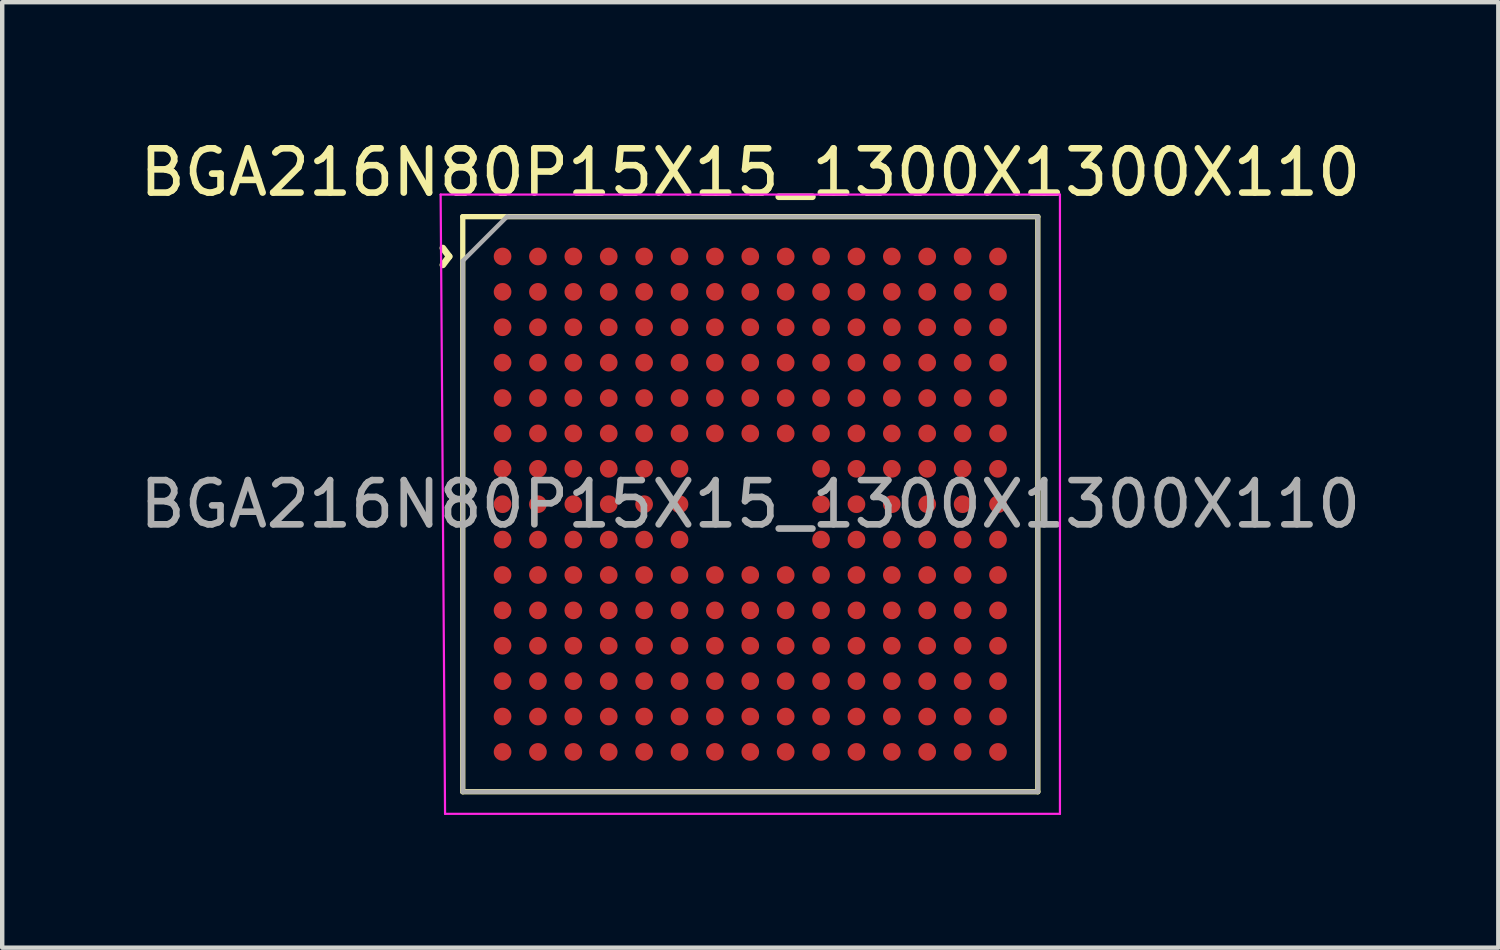
<source format=kicad_pcb>
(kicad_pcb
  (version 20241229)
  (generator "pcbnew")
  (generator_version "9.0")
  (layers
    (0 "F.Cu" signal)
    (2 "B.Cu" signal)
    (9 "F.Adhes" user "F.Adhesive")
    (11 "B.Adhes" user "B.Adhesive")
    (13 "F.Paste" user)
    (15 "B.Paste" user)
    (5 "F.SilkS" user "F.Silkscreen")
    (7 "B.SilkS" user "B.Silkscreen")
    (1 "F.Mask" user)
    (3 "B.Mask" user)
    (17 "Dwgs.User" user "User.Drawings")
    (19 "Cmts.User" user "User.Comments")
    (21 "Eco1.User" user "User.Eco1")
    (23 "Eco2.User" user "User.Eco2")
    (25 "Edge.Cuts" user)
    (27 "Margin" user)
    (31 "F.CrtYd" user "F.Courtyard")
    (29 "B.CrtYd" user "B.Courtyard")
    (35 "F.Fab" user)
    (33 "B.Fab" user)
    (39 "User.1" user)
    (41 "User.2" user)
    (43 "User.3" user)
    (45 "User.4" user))
  (footprint "BGA216N80P15X15_1300X1300X110"
    (layer "F.Cu")
    (at 13.911 8.348)
    (property "Reference" "BGA216N80P15X15_1300X1300X110" (at 0 -7.5 0) (layer "F.SilkS") (effects (font (size 1 1) (thickness 0.15))))
    (attr smd)
    (fp_line (start -6.5 -6.5) (end 6.5 -6.5) (stroke (width 0.12) (type solid)) (layer "F.SilkS"))
    (fp_line (start -6.5 6.5) (end -6.5 -6.5) (stroke (width 0.12) (type solid)) (layer "F.SilkS"))
    (fp_line (start 6.5 -6.5) (end 6.5 6.5) (stroke (width 0.12) (type solid)) (layer "F.SilkS"))
    (fp_line (start 6.5 6.5) (end -6.5 6.5) (stroke (width 0.12) (type solid)) (layer "F.SilkS"))
    (fp_line (start -7 -7) (end -6.9 7) (stroke (width 0.05) (type solid)) (layer "F.CrtYd"))
    (fp_line (start -6.9 7) (end 7 7) (stroke (width 0.05) (type solid)) (layer "F.CrtYd"))
    (fp_line (start 7 -7) (end -7 -7) (stroke (width 0.05) (type solid)) (layer "F.CrtYd"))
    (fp_line (start 7 7) (end 7 -7) (stroke (width 0.05) (type solid)) (layer "F.CrtYd"))
    (fp_line (start -6.5 -5.5) (end -5.5 -6.5) (stroke (width 0.1) (type solid)) (layer "F.Fab"))
    (fp_line (start -6.5 6.5) (end -6.5 -5.5) (stroke (width 0.1) (type solid)) (layer "F.Fab"))
    (fp_line (start -5.5 -6.5) (end 6.5 -6.5) (stroke (width 0.1) (type solid)) (layer "F.Fab"))
    (fp_line (start 6.5 -6.5) (end 6.5 6.5) (stroke (width 0.1) (type solid)) (layer "F.Fab"))
    (fp_line (start 6.5 6.5) (end -6.5 6.5) (stroke (width 0.1) (type solid)) (layer "F.Fab"))
    (fp_text user "^" (at -7.4 -5.6 270) (unlocked yes) (layer "F.SilkS") (effects (font (size 1 1) (thickness 0.15))))
    (fp_text user "${REFERENCE}" (at 0 0 0) (layer "F.Fab") (effects (font (size 1 1) (thickness 0.15))))
    (pad "A1" smd circle (at -5.6 -5.6) (size 0.4 0.4) (layers "F.Cu" "F.Mask" "F.Paste"))
    (pad "A2" smd circle (at -4.8 -5.6) (size 0.4 0.4) (layers "F.Cu" "F.Mask" "F.Paste"))
    (pad "A3" smd circle (at -4 -5.6) (size 0.4 0.4) (layers "F.Cu" "F.Mask" "F.Paste"))
    (pad "A4" smd circle (at -3.2 -5.6) (size 0.4 0.4) (layers "F.Cu" "F.Mask" "F.Paste"))
    (pad "A5" smd circle (at -2.4 -5.6) (size 0.4 0.4) (layers "F.Cu" "F.Mask" "F.Paste"))
    (pad "A6" smd circle (at -1.6 -5.6) (size 0.4 0.4) (layers "F.Cu" "F.Mask" "F.Paste"))
    (pad "A7" smd circle (at -0.8 -5.6) (size 0.4 0.4) (layers "F.Cu" "F.Mask" "F.Paste"))
    (pad "A8" smd circle (at 0 -5.6) (size 0.4 0.4) (layers "F.Cu" "F.Mask" "F.Paste"))
    (pad "A9" smd circle (at 0.8 -5.6) (size 0.4 0.4) (layers "F.Cu" "F.Mask" "F.Paste"))
    (pad "A10" smd circle (at 1.6 -5.6) (size 0.4 0.4) (layers "F.Cu" "F.Mask" "F.Paste"))
    (pad "A11" smd circle (at 2.4 -5.6) (size 0.4 0.4) (layers "F.Cu" "F.Mask" "F.Paste"))
    (pad "A12" smd circle (at 3.2 -5.6) (size 0.4 0.4) (layers "F.Cu" "F.Mask" "F.Paste"))
    (pad "A13" smd circle (at 4 -5.6) (size 0.4 0.4) (layers "F.Cu" "F.Mask" "F.Paste"))
    (pad "A14" smd circle (at 4.8 -5.6) (size 0.4 0.4) (layers "F.Cu" "F.Mask" "F.Paste"))
    (pad "A15" smd circle (at 5.6 -5.6) (size 0.4 0.4) (layers "F.Cu" "F.Mask" "F.Paste"))
    (pad "B1" smd circle (at -5.6 -4.8) (size 0.4 0.4) (layers "F.Cu" "F.Mask" "F.Paste"))
    (pad "B2" smd circle (at -4.8 -4.8) (size 0.4 0.4) (layers "F.Cu" "F.Mask" "F.Paste"))
    (pad "B3" smd circle (at -4 -4.8) (size 0.4 0.4) (layers "F.Cu" "F.Mask" "F.Paste"))
    (pad "B4" smd circle (at -3.2 -4.8) (size 0.4 0.4) (layers "F.Cu" "F.Mask" "F.Paste"))
    (pad "B5" smd circle (at -2.4 -4.8) (size 0.4 0.4) (layers "F.Cu" "F.Mask" "F.Paste"))
    (pad "B6" smd circle (at -1.6 -4.8) (size 0.4 0.4) (layers "F.Cu" "F.Mask" "F.Paste"))
    (pad "B7" smd circle (at -0.8 -4.8) (size 0.4 0.4) (layers "F.Cu" "F.Mask" "F.Paste"))
    (pad "B8" smd circle (at 0 -4.8) (size 0.4 0.4) (layers "F.Cu" "F.Mask" "F.Paste"))
    (pad "B9" smd circle (at 0.8 -4.8) (size 0.4 0.4) (layers "F.Cu" "F.Mask" "F.Paste"))
    (pad "B10" smd circle (at 1.6 -4.8) (size 0.4 0.4) (layers "F.Cu" "F.Mask" "F.Paste"))
    (pad "B11" smd circle (at 2.4 -4.8) (size 0.4 0.4) (layers "F.Cu" "F.Mask" "F.Paste"))
    (pad "B12" smd circle (at 3.2 -4.8) (size 0.4 0.4) (layers "F.Cu" "F.Mask" "F.Paste"))
    (pad "B13" smd circle (at 4 -4.8) (size 0.4 0.4) (layers "F.Cu" "F.Mask" "F.Paste"))
    (pad "B14" smd circle (at 4.8 -4.8) (size 0.4 0.4) (layers "F.Cu" "F.Mask" "F.Paste"))
    (pad "B15" smd circle (at 5.6 -4.8) (size 0.4 0.4) (layers "F.Cu" "F.Mask" "F.Paste"))
    (pad "C1" smd circle (at -5.6 -4) (size 0.4 0.4) (layers "F.Cu" "F.Mask" "F.Paste"))
    (pad "C2" smd circle (at -4.8 -4) (size 0.4 0.4) (layers "F.Cu" "F.Mask" "F.Paste"))
    (pad "C3" smd circle (at -4 -4) (size 0.4 0.4) (layers "F.Cu" "F.Mask" "F.Paste"))
    (pad "C4" smd circle (at -3.2 -4) (size 0.4 0.4) (layers "F.Cu" "F.Mask" "F.Paste"))
    (pad "C5" smd circle (at -2.4 -4) (size 0.4 0.4) (layers "F.Cu" "F.Mask" "F.Paste"))
    (pad "C6" smd circle (at -1.6 -4) (size 0.4 0.4) (layers "F.Cu" "F.Mask" "F.Paste"))
    (pad "C7" smd circle (at -0.8 -4) (size 0.4 0.4) (layers "F.Cu" "F.Mask" "F.Paste"))
    (pad "C8" smd circle (at 0 -4) (size 0.4 0.4) (layers "F.Cu" "F.Mask" "F.Paste"))
    (pad "C9" smd circle (at 0.8 -4) (size 0.4 0.4) (layers "F.Cu" "F.Mask" "F.Paste"))
    (pad "C10" smd circle (at 1.6 -4) (size 0.4 0.4) (layers "F.Cu" "F.Mask" "F.Paste"))
    (pad "C11" smd circle (at 2.4 -4) (size 0.4 0.4) (layers "F.Cu" "F.Mask" "F.Paste"))
    (pad "C12" smd circle (at 3.2 -4) (size 0.4 0.4) (layers "F.Cu" "F.Mask" "F.Paste"))
    (pad "C13" smd circle (at 4 -4) (size 0.4 0.4) (layers "F.Cu" "F.Mask" "F.Paste"))
    (pad "C14" smd circle (at 4.8 -4) (size 0.4 0.4) (layers "F.Cu" "F.Mask" "F.Paste"))
    (pad "C15" smd circle (at 5.6 -4) (size 0.4 0.4) (layers "F.Cu" "F.Mask" "F.Paste"))
    (pad "D1" smd circle (at -5.6 -3.2) (size 0.4 0.4) (layers "F.Cu" "F.Mask" "F.Paste"))
    (pad "D2" smd circle (at -4.8 -3.2) (size 0.4 0.4) (layers "F.Cu" "F.Mask" "F.Paste"))
    (pad "D3" smd circle (at -4 -3.2) (size 0.4 0.4) (layers "F.Cu" "F.Mask" "F.Paste"))
    (pad "D4" smd circle (at -3.2 -3.2) (size 0.4 0.4) (layers "F.Cu" "F.Mask" "F.Paste"))
    (pad "D5" smd circle (at -2.4 -3.2) (size 0.4 0.4) (layers "F.Cu" "F.Mask" "F.Paste"))
    (pad "D6" smd circle (at -1.6 -3.2) (size 0.4 0.4) (layers "F.Cu" "F.Mask" "F.Paste"))
    (pad "D7" smd circle (at -0.8 -3.2) (size 0.4 0.4) (layers "F.Cu" "F.Mask" "F.Paste"))
    (pad "D8" smd circle (at 0 -3.2) (size 0.4 0.4) (layers "F.Cu" "F.Mask" "F.Paste"))
    (pad "D9" smd circle (at 0.8 -3.2) (size 0.4 0.4) (layers "F.Cu" "F.Mask" "F.Paste"))
    (pad "D10" smd circle (at 1.6 -3.2) (size 0.4 0.4) (layers "F.Cu" "F.Mask" "F.Paste"))
    (pad "D11" smd circle (at 2.4 -3.2) (size 0.4 0.4) (layers "F.Cu" "F.Mask" "F.Paste"))
    (pad "D12" smd circle (at 3.2 -3.2) (size 0.4 0.4) (layers "F.Cu" "F.Mask" "F.Paste"))
    (pad "D13" smd circle (at 4 -3.2) (size 0.4 0.4) (layers "F.Cu" "F.Mask" "F.Paste"))
    (pad "D14" smd circle (at 4.8 -3.2) (size 0.4 0.4) (layers "F.Cu" "F.Mask" "F.Paste"))
    (pad "D15" smd circle (at 5.6 -3.2) (size 0.4 0.4) (layers "F.Cu" "F.Mask" "F.Paste"))
    (pad "E1" smd circle (at -5.6 -2.4) (size 0.4 0.4) (layers "F.Cu" "F.Mask" "F.Paste"))
    (pad "E2" smd circle (at -4.8 -2.4) (size 0.4 0.4) (layers "F.Cu" "F.Mask" "F.Paste"))
    (pad "E3" smd circle (at -4 -2.4) (size 0.4 0.4) (layers "F.Cu" "F.Mask" "F.Paste"))
    (pad "E4" smd circle (at -3.2 -2.4) (size 0.4 0.4) (layers "F.Cu" "F.Mask" "F.Paste"))
    (pad "E5" smd circle (at -2.4 -2.4) (size 0.4 0.4) (layers "F.Cu" "F.Mask" "F.Paste"))
    (pad "E6" smd circle (at -1.6 -2.4) (size 0.4 0.4) (layers "F.Cu" "F.Mask" "F.Paste"))
    (pad "E7" smd circle (at -0.8 -2.4) (size 0.4 0.4) (layers "F.Cu" "F.Mask" "F.Paste"))
    (pad "E8" smd circle (at 0 -2.4) (size 0.4 0.4) (layers "F.Cu" "F.Mask" "F.Paste"))
    (pad "E9" smd circle (at 0.8 -2.4) (size 0.4 0.4) (layers "F.Cu" "F.Mask" "F.Paste"))
    (pad "E10" smd circle (at 1.6 -2.4) (size 0.4 0.4) (layers "F.Cu" "F.Mask" "F.Paste"))
    (pad "E11" smd circle (at 2.4 -2.4) (size 0.4 0.4) (layers "F.Cu" "F.Mask" "F.Paste"))
    (pad "E12" smd circle (at 3.2 -2.4) (size 0.4 0.4) (layers "F.Cu" "F.Mask" "F.Paste"))
    (pad "E13" smd circle (at 4 -2.4) (size 0.4 0.4) (layers "F.Cu" "F.Mask" "F.Paste"))
    (pad "E14" smd circle (at 4.8 -2.4) (size 0.4 0.4) (layers "F.Cu" "F.Mask" "F.Paste"))
    (pad "E15" smd circle (at 5.6 -2.4) (size 0.4 0.4) (layers "F.Cu" "F.Mask" "F.Paste"))
    (pad "F1" smd circle (at -5.6 -1.6) (size 0.4 0.4) (layers "F.Cu" "F.Mask" "F.Paste"))
    (pad "F2" smd circle (at -4.8 -1.6) (size 0.4 0.4) (layers "F.Cu" "F.Mask" "F.Paste"))
    (pad "F3" smd circle (at -4 -1.6) (size 0.4 0.4) (layers "F.Cu" "F.Mask" "F.Paste"))
    (pad "F4" smd circle (at -3.2 -1.6) (size 0.4 0.4) (layers "F.Cu" "F.Mask" "F.Paste"))
    (pad "F5" smd circle (at -2.4 -1.6) (size 0.4 0.4) (layers "F.Cu" "F.Mask" "F.Paste"))
    (pad "F6" smd circle (at -1.6 -1.6) (size 0.4 0.4) (layers "F.Cu" "F.Mask" "F.Paste"))
    (pad "F7" smd circle (at -0.8 -1.6) (size 0.4 0.4) (layers "F.Cu" "F.Mask" "F.Paste"))
    (pad "F8" smd circle (at 0 -1.6) (size 0.4 0.4) (layers "F.Cu" "F.Mask" "F.Paste"))
    (pad "F9" smd circle (at 0.8 -1.6) (size 0.4 0.4) (layers "F.Cu" "F.Mask" "F.Paste"))
    (pad "F10" smd circle (at 1.6 -1.6) (size 0.4 0.4) (layers "F.Cu" "F.Mask" "F.Paste"))
    (pad "F11" smd circle (at 2.4 -1.6) (size 0.4 0.4) (layers "F.Cu" "F.Mask" "F.Paste"))
    (pad "F12" smd circle (at 3.2 -1.6) (size 0.4 0.4) (layers "F.Cu" "F.Mask" "F.Paste"))
    (pad "F13" smd circle (at 4 -1.6) (size 0.4 0.4) (layers "F.Cu" "F.Mask" "F.Paste"))
    (pad "F14" smd circle (at 4.8 -1.6) (size 0.4 0.4) (layers "F.Cu" "F.Mask" "F.Paste"))
    (pad "F15" smd circle (at 5.6 -1.6) (size 0.4 0.4) (layers "F.Cu" "F.Mask" "F.Paste"))
    (pad "G1" smd circle (at -5.6 -0.8) (size 0.4 0.4) (layers "F.Cu" "F.Mask" "F.Paste"))
    (pad "G2" smd circle (at -4.8 -0.8) (size 0.4 0.4) (layers "F.Cu" "F.Mask" "F.Paste"))
    (pad "G3" smd circle (at -4 -0.8) (size 0.4 0.4) (layers "F.Cu" "F.Mask" "F.Paste"))
    (pad "G4" smd circle (at -3.2 -0.8) (size 0.4 0.4) (layers "F.Cu" "F.Mask" "F.Paste"))
    (pad "G5" smd circle (at -2.4 -0.8) (size 0.4 0.4) (layers "F.Cu" "F.Mask" "F.Paste"))
    (pad "G6" smd circle (at -1.6 -0.8) (size 0.4 0.4) (layers "F.Cu" "F.Mask" "F.Paste"))
    (pad "G10" smd circle (at 1.6 -0.8) (size 0.4 0.4) (layers "F.Cu" "F.Mask" "F.Paste"))
    (pad "G11" smd circle (at 2.4 -0.8) (size 0.4 0.4) (layers "F.Cu" "F.Mask" "F.Paste"))
    (pad "G12" smd circle (at 3.2 -0.8) (size 0.4 0.4) (layers "F.Cu" "F.Mask" "F.Paste"))
    (pad "G13" smd circle (at 4 -0.8) (size 0.4 0.4) (layers "F.Cu" "F.Mask" "F.Paste"))
    (pad "G14" smd circle (at 4.8 -0.8) (size 0.4 0.4) (layers "F.Cu" "F.Mask" "F.Paste"))
    (pad "G15" smd circle (at 5.6 -0.8) (size 0.4 0.4) (layers "F.Cu" "F.Mask" "F.Paste"))
    (pad "H1" smd circle (at -5.6 0) (size 0.4 0.4) (layers "F.Cu" "F.Mask" "F.Paste"))
    (pad "H2" smd circle (at -4.8 0) (size 0.4 0.4) (layers "F.Cu" "F.Mask" "F.Paste"))
    (pad "H3" smd circle (at -4 0) (size 0.4 0.4) (layers "F.Cu" "F.Mask" "F.Paste"))
    (pad "H4" smd circle (at -3.2 0) (size 0.4 0.4) (layers "F.Cu" "F.Mask" "F.Paste"))
    (pad "H5" smd circle (at -2.4 0) (size 0.4 0.4) (layers "F.Cu" "F.Mask" "F.Paste"))
    (pad "H6" smd circle (at -1.6 0) (size 0.4 0.4) (layers "F.Cu" "F.Mask" "F.Paste"))
    (pad "H10" smd circle (at 1.6 0) (size 0.4 0.4) (layers "F.Cu" "F.Mask" "F.Paste"))
    (pad "H11" smd circle (at 2.4 0) (size 0.4 0.4) (layers "F.Cu" "F.Mask" "F.Paste"))
    (pad "H12" smd circle (at 3.2 0) (size 0.4 0.4) (layers "F.Cu" "F.Mask" "F.Paste"))
    (pad "H13" smd circle (at 4 0) (size 0.4 0.4) (layers "F.Cu" "F.Mask" "F.Paste"))
    (pad "H14" smd circle (at 4.8 0) (size 0.4 0.4) (layers "F.Cu" "F.Mask" "F.Paste"))
    (pad "H15" smd circle (at 5.6 0) (size 0.4 0.4) (layers "F.Cu" "F.Mask" "F.Paste"))
    (pad "J1" smd circle (at -5.6 0.8) (size 0.4 0.4) (layers "F.Cu" "F.Mask" "F.Paste"))
    (pad "J2" smd circle (at -4.8 0.8) (size 0.4 0.4) (layers "F.Cu" "F.Mask" "F.Paste"))
    (pad "J3" smd circle (at -4 0.8) (size 0.4 0.4) (layers "F.Cu" "F.Mask" "F.Paste"))
    (pad "J4" smd circle (at -3.2 0.8) (size 0.4 0.4) (layers "F.Cu" "F.Mask" "F.Paste"))
    (pad "J5" smd circle (at -2.4 0.8) (size 0.4 0.4) (layers "F.Cu" "F.Mask" "F.Paste"))
    (pad "J6" smd circle (at -1.6 0.8) (size 0.4 0.4) (layers "F.Cu" "F.Mask" "F.Paste"))
    (pad "J10" smd circle (at 1.6 0.8) (size 0.4 0.4) (layers "F.Cu" "F.Mask" "F.Paste"))
    (pad "J11" smd circle (at 2.4 0.8) (size 0.4 0.4) (layers "F.Cu" "F.Mask" "F.Paste"))
    (pad "J12" smd circle (at 3.2 0.8) (size 0.4 0.4) (layers "F.Cu" "F.Mask" "F.Paste"))
    (pad "J13" smd circle (at 4 0.8) (size 0.4 0.4) (layers "F.Cu" "F.Mask" "F.Paste"))
    (pad "J14" smd circle (at 4.8 0.8) (size 0.4 0.4) (layers "F.Cu" "F.Mask" "F.Paste"))
    (pad "J15" smd circle (at 5.6 0.8) (size 0.4 0.4) (layers "F.Cu" "F.Mask" "F.Paste"))
    (pad "K1" smd circle (at -5.6 1.6) (size 0.4 0.4) (layers "F.Cu" "F.Mask" "F.Paste"))
    (pad "K2" smd circle (at -4.8 1.6) (size 0.4 0.4) (layers "F.Cu" "F.Mask" "F.Paste"))
    (pad "K3" smd circle (at -4 1.6) (size 0.4 0.4) (layers "F.Cu" "F.Mask" "F.Paste"))
    (pad "K4" smd circle (at -3.2 1.6) (size 0.4 0.4) (layers "F.Cu" "F.Mask" "F.Paste"))
    (pad "K5" smd circle (at -2.4 1.6) (size 0.4 0.4) (layers "F.Cu" "F.Mask" "F.Paste"))
    (pad "K6" smd circle (at -1.6 1.6) (size 0.4 0.4) (layers "F.Cu" "F.Mask" "F.Paste"))
    (pad "K7" smd circle (at -0.8 1.6) (size 0.4 0.4) (layers "F.Cu" "F.Mask" "F.Paste"))
    (pad "K8" smd circle (at 0 1.6) (size 0.4 0.4) (layers "F.Cu" "F.Mask" "F.Paste"))
    (pad "K9" smd circle (at 0.8 1.6) (size 0.4 0.4) (layers "F.Cu" "F.Mask" "F.Paste"))
    (pad "K10" smd circle (at 1.6 1.6) (size 0.4 0.4) (layers "F.Cu" "F.Mask" "F.Paste"))
    (pad "K11" smd circle (at 2.4 1.6) (size 0.4 0.4) (layers "F.Cu" "F.Mask" "F.Paste"))
    (pad "K12" smd circle (at 3.2 1.6) (size 0.4 0.4) (layers "F.Cu" "F.Mask" "F.Paste"))
    (pad "K13" smd circle (at 4 1.6) (size 0.4 0.4) (layers "F.Cu" "F.Mask" "F.Paste"))
    (pad "K14" smd circle (at 4.8 1.6) (size 0.4 0.4) (layers "F.Cu" "F.Mask" "F.Paste"))
    (pad "K15" smd circle (at 5.6 1.6) (size 0.4 0.4) (layers "F.Cu" "F.Mask" "F.Paste"))
    (pad "L1" smd circle (at -5.6 2.4) (size 0.4 0.4) (layers "F.Cu" "F.Mask" "F.Paste"))
    (pad "L2" smd circle (at -4.8 2.4) (size 0.4 0.4) (layers "F.Cu" "F.Mask" "F.Paste"))
    (pad "L3" smd circle (at -4 2.4) (size 0.4 0.4) (layers "F.Cu" "F.Mask" "F.Paste"))
    (pad "L4" smd circle (at -3.2 2.4) (size 0.4 0.4) (layers "F.Cu" "F.Mask" "F.Paste"))
    (pad "L5" smd circle (at -2.4 2.4) (size 0.4 0.4) (layers "F.Cu" "F.Mask" "F.Paste"))
    (pad "L6" smd circle (at -1.6 2.4) (size 0.4 0.4) (layers "F.Cu" "F.Mask" "F.Paste"))
    (pad "L7" smd circle (at -0.8 2.4) (size 0.4 0.4) (layers "F.Cu" "F.Mask" "F.Paste"))
    (pad "L8" smd circle (at 0 2.4) (size 0.4 0.4) (layers "F.Cu" "F.Mask" "F.Paste"))
    (pad "L9" smd circle (at 0.8 2.4) (size 0.4 0.4) (layers "F.Cu" "F.Mask" "F.Paste"))
    (pad "L10" smd circle (at 1.6 2.4) (size 0.4 0.4) (layers "F.Cu" "F.Mask" "F.Paste"))
    (pad "L11" smd circle (at 2.4 2.4) (size 0.4 0.4) (layers "F.Cu" "F.Mask" "F.Paste"))
    (pad "L12" smd circle (at 3.2 2.4) (size 0.4 0.4) (layers "F.Cu" "F.Mask" "F.Paste"))
    (pad "L13" smd circle (at 4 2.4) (size 0.4 0.4) (layers "F.Cu" "F.Mask" "F.Paste"))
    (pad "L14" smd circle (at 4.8 2.4) (size 0.4 0.4) (layers "F.Cu" "F.Mask" "F.Paste"))
    (pad "L15" smd circle (at 5.6 2.4) (size 0.4 0.4) (layers "F.Cu" "F.Mask" "F.Paste"))
    (pad "M1" smd circle (at -5.6 3.2) (size 0.4 0.4) (layers "F.Cu" "F.Mask" "F.Paste"))
    (pad "M2" smd circle (at -4.8 3.2) (size 0.4 0.4) (layers "F.Cu" "F.Mask" "F.Paste"))
    (pad "M3" smd circle (at -4 3.2) (size 0.4 0.4) (layers "F.Cu" "F.Mask" "F.Paste"))
    (pad "M4" smd circle (at -3.2 3.2) (size 0.4 0.4) (layers "F.Cu" "F.Mask" "F.Paste"))
    (pad "M5" smd circle (at -2.4 3.2) (size 0.4 0.4) (layers "F.Cu" "F.Mask" "F.Paste"))
    (pad "M6" smd circle (at -1.6 3.2) (size 0.4 0.4) (layers "F.Cu" "F.Mask" "F.Paste"))
    (pad "M7" smd circle (at -0.8 3.2) (size 0.4 0.4) (layers "F.Cu" "F.Mask" "F.Paste"))
    (pad "M8" smd circle (at 0 3.2) (size 0.4 0.4) (layers "F.Cu" "F.Mask" "F.Paste"))
    (pad "M9" smd circle (at 0.8 3.2) (size 0.4 0.4) (layers "F.Cu" "F.Mask" "F.Paste"))
    (pad "M10" smd circle (at 1.6 3.2) (size 0.4 0.4) (layers "F.Cu" "F.Mask" "F.Paste"))
    (pad "M11" smd circle (at 2.4 3.2) (size 0.4 0.4) (layers "F.Cu" "F.Mask" "F.Paste"))
    (pad "M12" smd circle (at 3.2 3.2) (size 0.4 0.4) (layers "F.Cu" "F.Mask" "F.Paste"))
    (pad "M13" smd circle (at 4 3.2) (size 0.4 0.4) (layers "F.Cu" "F.Mask" "F.Paste"))
    (pad "M14" smd circle (at 4.8 3.2) (size 0.4 0.4) (layers "F.Cu" "F.Mask" "F.Paste"))
    (pad "M15" smd circle (at 5.6 3.2) (size 0.4 0.4) (layers "F.Cu" "F.Mask" "F.Paste"))
    (pad "N1" smd circle (at -5.6 4) (size 0.4 0.4) (layers "F.Cu" "F.Mask" "F.Paste"))
    (pad "N2" smd circle (at -4.8 4) (size 0.4 0.4) (layers "F.Cu" "F.Mask" "F.Paste"))
    (pad "N3" smd circle (at -4 4) (size 0.4 0.4) (layers "F.Cu" "F.Mask" "F.Paste"))
    (pad "N4" smd circle (at -3.2 4) (size 0.4 0.4) (layers "F.Cu" "F.Mask" "F.Paste"))
    (pad "N5" smd circle (at -2.4 4) (size 0.4 0.4) (layers "F.Cu" "F.Mask" "F.Paste"))
    (pad "N6" smd circle (at -1.6 4) (size 0.4 0.4) (layers "F.Cu" "F.Mask" "F.Paste"))
    (pad "N7" smd circle (at -0.8 4) (size 0.4 0.4) (layers "F.Cu" "F.Mask" "F.Paste"))
    (pad "N8" smd circle (at 0 4) (size 0.4 0.4) (layers "F.Cu" "F.Mask" "F.Paste"))
    (pad "N9" smd circle (at 0.8 4) (size 0.4 0.4) (layers "F.Cu" "F.Mask" "F.Paste"))
    (pad "N10" smd circle (at 1.6 4) (size 0.4 0.4) (layers "F.Cu" "F.Mask" "F.Paste"))
    (pad "N11" smd circle (at 2.4 4) (size 0.4 0.4) (layers "F.Cu" "F.Mask" "F.Paste"))
    (pad "N12" smd circle (at 3.2 4) (size 0.4 0.4) (layers "F.Cu" "F.Mask" "F.Paste"))
    (pad "N13" smd circle (at 4 4) (size 0.4 0.4) (layers "F.Cu" "F.Mask" "F.Paste"))
    (pad "N14" smd circle (at 4.8 4) (size 0.4 0.4) (layers "F.Cu" "F.Mask" "F.Paste"))
    (pad "N15" smd circle (at 5.6 4) (size 0.4 0.4) (layers "F.Cu" "F.Mask" "F.Paste"))
    (pad "P1" smd circle (at -5.6 4.8) (size 0.4 0.4) (layers "F.Cu" "F.Mask" "F.Paste"))
    (pad "P2" smd circle (at -4.8 4.8) (size 0.4 0.4) (layers "F.Cu" "F.Mask" "F.Paste"))
    (pad "P3" smd circle (at -4 4.8) (size 0.4 0.4) (layers "F.Cu" "F.Mask" "F.Paste"))
    (pad "P4" smd circle (at -3.2 4.8) (size 0.4 0.4) (layers "F.Cu" "F.Mask" "F.Paste"))
    (pad "P5" smd circle (at -2.4 4.8) (size 0.4 0.4) (layers "F.Cu" "F.Mask" "F.Paste"))
    (pad "P6" smd circle (at -1.6 4.8) (size 0.4 0.4) (layers "F.Cu" "F.Mask" "F.Paste"))
    (pad "P7" smd circle (at -0.8 4.8) (size 0.4 0.4) (layers "F.Cu" "F.Mask" "F.Paste"))
    (pad "P8" smd circle (at 0 4.8) (size 0.4 0.4) (layers "F.Cu" "F.Mask" "F.Paste"))
    (pad "P9" smd circle (at 0.8 4.8) (size 0.4 0.4) (layers "F.Cu" "F.Mask" "F.Paste"))
    (pad "P10" smd circle (at 1.6 4.8) (size 0.4 0.4) (layers "F.Cu" "F.Mask" "F.Paste"))
    (pad "P11" smd circle (at 2.4 4.8) (size 0.4 0.4) (layers "F.Cu" "F.Mask" "F.Paste"))
    (pad "P12" smd circle (at 3.2 4.8) (size 0.4 0.4) (layers "F.Cu" "F.Mask" "F.Paste"))
    (pad "P13" smd circle (at 4 4.8) (size 0.4 0.4) (layers "F.Cu" "F.Mask" "F.Paste"))
    (pad "P14" smd circle (at 4.8 4.8) (size 0.4 0.4) (layers "F.Cu" "F.Mask" "F.Paste"))
    (pad "P15" smd circle (at 5.6 4.8) (size 0.4 0.4) (layers "F.Cu" "F.Mask" "F.Paste"))
    (pad "R1" smd circle (at -5.6 5.6) (size 0.4 0.4) (layers "F.Cu" "F.Mask" "F.Paste"))
    (pad "R2" smd circle (at -4.8 5.6) (size 0.4 0.4) (layers "F.Cu" "F.Mask" "F.Paste"))
    (pad "R3" smd circle (at -4 5.6) (size 0.4 0.4) (layers "F.Cu" "F.Mask" "F.Paste"))
    (pad "R4" smd circle (at -3.2 5.6) (size 0.4 0.4) (layers "F.Cu" "F.Mask" "F.Paste"))
    (pad "R5" smd circle (at -2.4 5.6) (size 0.4 0.4) (layers "F.Cu" "F.Mask" "F.Paste"))
    (pad "R6" smd circle (at -1.6 5.6) (size 0.4 0.4) (layers "F.Cu" "F.Mask" "F.Paste"))
    (pad "R7" smd circle (at -0.8 5.6) (size 0.4 0.4) (layers "F.Cu" "F.Mask" "F.Paste"))
    (pad "R8" smd circle (at 0 5.6) (size 0.4 0.4) (layers "F.Cu" "F.Mask" "F.Paste"))
    (pad "R9" smd circle (at 0.8 5.6) (size 0.4 0.4) (layers "F.Cu" "F.Mask" "F.Paste"))
    (pad "R10" smd circle (at 1.6 5.6) (size 0.4 0.4) (layers "F.Cu" "F.Mask" "F.Paste"))
    (pad "R11" smd circle (at 2.4 5.6) (size 0.4 0.4) (layers "F.Cu" "F.Mask" "F.Paste"))
    (pad "R12" smd circle (at 3.2 5.6) (size 0.4 0.4) (layers "F.Cu" "F.Mask" "F.Paste"))
    (pad "R13" smd circle (at 4 5.6) (size 0.4 0.4) (layers "F.Cu" "F.Mask" "F.Paste"))
    (pad "R14" smd circle (at 4.8 5.6) (size 0.4 0.4) (layers "F.Cu" "F.Mask" "F.Paste"))
    (pad "R15" smd circle (at 5.6 5.6) (size 0.4 0.4) (layers "F.Cu" "F.Mask" "F.Paste")))
  (gr_rect
    (start -3 -3)
    (end 30.821 18.373)
    (stroke (width 0.1) (type default))
    (fill no)
    (layer "Edge.Cuts")))
</source>
